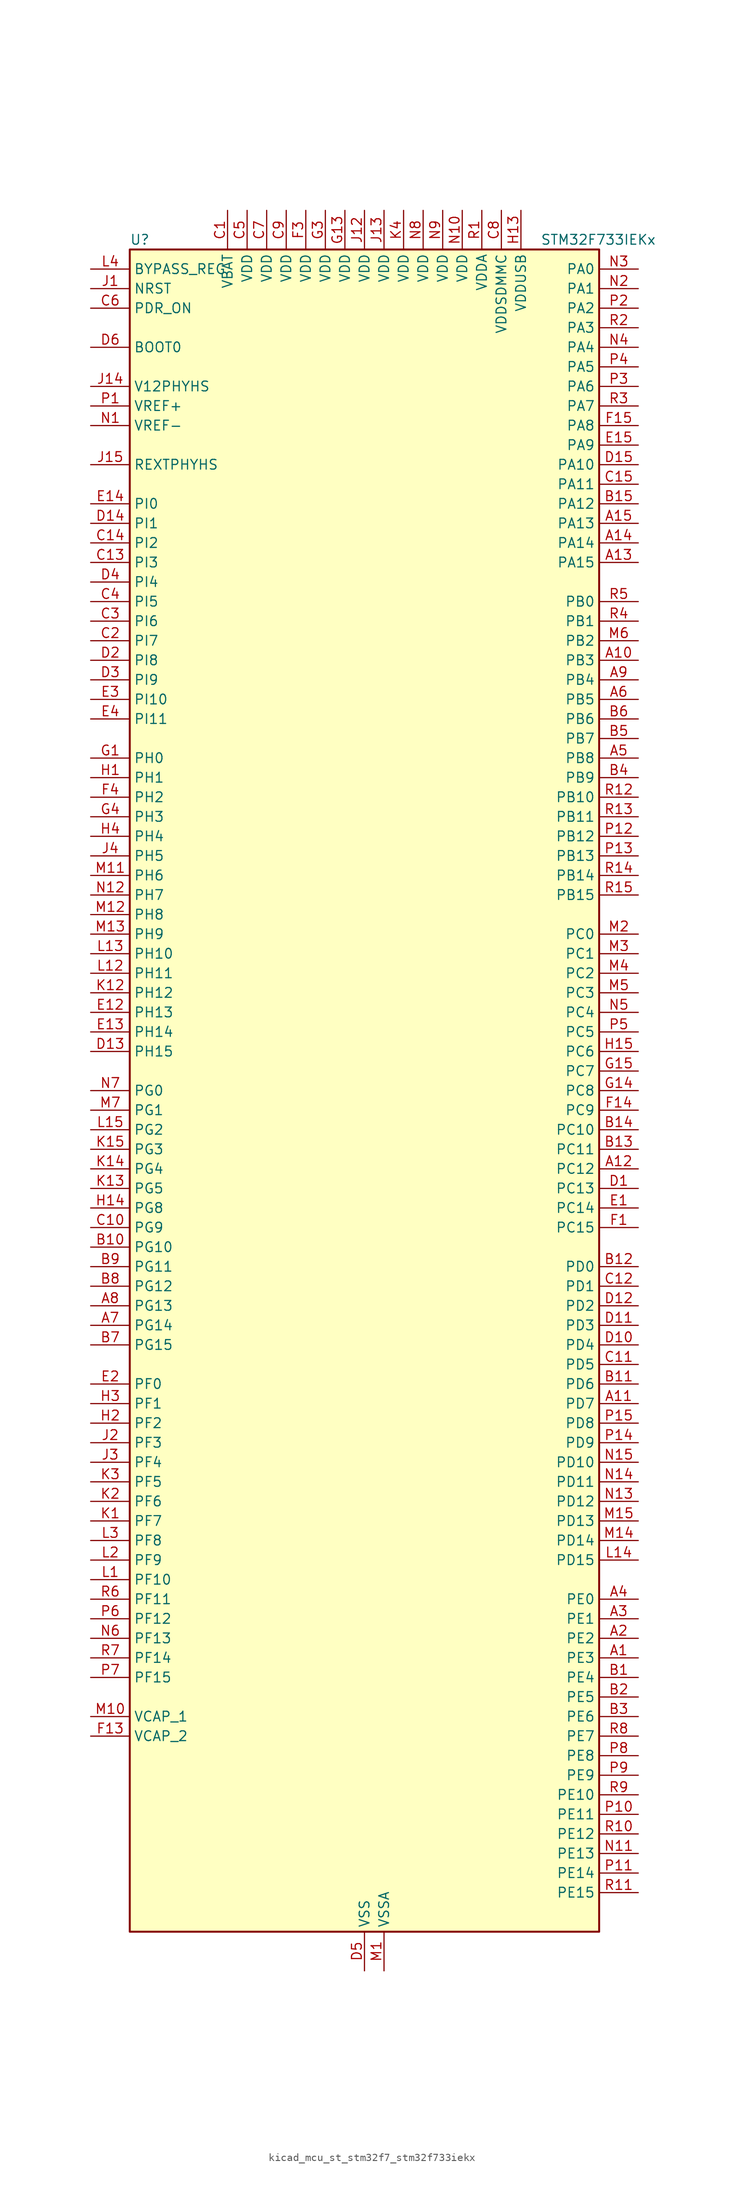
<source format=kicad_sym>
(kicad_symbol_lib
  (version 20220914)
  (generator kicad_symbol_editor)
  (symbol "kicad_mcu_st_stm32f7_stm32f733iekx"
    (property "Reference" "U"
      (at -30.48 110.49 0)
      (effects (font (size 1.27 1.27)) (justify left)))
    (property "Value" "STM32F733IEKx"
      (at 22.86 110.49 0)
      (effects (font (size 1.27 1.27)) (justify left)))
    (property "ki_locked" ""
      (at 0 0 0)
      (effects (font (size 1.27 1.27))))
    (symbol "kicad_mcu_st_stm32f7_stm32f733iekx_0_1"
      (rectangle (start -30.48 -109.22) (end 30.48 109.22) (stroke (width 0.254) (type default)) (fill (type background))))
    (symbol "kicad_mcu_st_stm32f7_stm32f733iekx_1_1"
      (pin bidirectional line (at 35.56 -73.66 180) (length 5.08) (name "PE3" (effects (font (size 1.27 1.27)))) (number "A1" (effects (font (size 1.27 1.27)))) (alternate "FMC_A19" bidirectional line) (alternate "SAI1_SD_B" bidirectional line) (alternate "SYS_TRACED0" bidirectional line))
      (pin bidirectional line (at 35.56 55.88 180) (length 5.08) (name "PB3" (effects (font (size 1.27 1.27)))) (number "A10" (effects (font (size 1.27 1.27)))) (alternate "I2S1_CK" bidirectional line) (alternate "I2S3_CK" bidirectional line) (alternate "SDMMC2_D2" bidirectional line) (alternate "SPI1_SCK" bidirectional line) (alternate "SPI3_SCK" bidirectional line) (alternate "SYS_JTDO-SWO" bidirectional line) (alternate "TIM2_CH2" bidirectional line))
      (pin bidirectional line (at 35.56 -40.64 180) (length 5.08) (name "PD7" (effects (font (size 1.27 1.27)))) (number "A11" (effects (font (size 1.27 1.27)))) (alternate "FMC_NE1" bidirectional line) (alternate "SDMMC2_CMD" bidirectional line) (alternate "USART2_CK" bidirectional line))
      (pin bidirectional line (at 35.56 -10.16 180) (length 5.08) (name "PC12" (effects (font (size 1.27 1.27)))) (number "A12" (effects (font (size 1.27 1.27)))) (alternate "I2S3_SD" bidirectional line) (alternate "SDMMC1_CK" bidirectional line) (alternate "SPI3_MOSI" bidirectional line) (alternate "SYS_TRACED3" bidirectional line) (alternate "UART5_TX" bidirectional line) (alternate "USART3_CK" bidirectional line))
      (pin bidirectional line (at 35.56 68.58 180) (length 5.08) (name "PA15" (effects (font (size 1.27 1.27)))) (number "A13" (effects (font (size 1.27 1.27)))) (alternate "I2S1_WS" bidirectional line) (alternate "I2S3_WS" bidirectional line) (alternate "SPI1_NSS" bidirectional line) (alternate "SPI3_NSS" bidirectional line) (alternate "SYS_JTDI" bidirectional line) (alternate "TIM2_CH1" bidirectional line) (alternate "TIM2_ETR" bidirectional line) (alternate "UART4_DE" bidirectional line) (alternate "UART4_RTS" bidirectional line))
      (pin bidirectional line (at 35.56 71.12 180) (length 5.08) (name "PA14" (effects (font (size 1.27 1.27)))) (number "A14" (effects (font (size 1.27 1.27)))) (alternate "SYS_JTCK-SWCLK" bidirectional line))
      (pin bidirectional line (at 35.56 73.66 180) (length 5.08) (name "PA13" (effects (font (size 1.27 1.27)))) (number "A15" (effects (font (size 1.27 1.27)))) (alternate "SYS_JTMS-SWDIO" bidirectional line))
      (pin bidirectional line (at 35.56 -71.12 180) (length 5.08) (name "PE2" (effects (font (size 1.27 1.27)))) (number "A2" (effects (font (size 1.27 1.27)))) (alternate "FMC_A23" bidirectional line) (alternate "QUADSPI_BK1_IO2" bidirectional line) (alternate "SAI1_MCLK_A" bidirectional line) (alternate "SPI4_SCK" bidirectional line) (alternate "SYS_TRACECLK" bidirectional line))
      (pin bidirectional line (at 35.56 -68.58 180) (length 5.08) (name "PE1" (effects (font (size 1.27 1.27)))) (number "A3" (effects (font (size 1.27 1.27)))) (alternate "FMC_NBL1" bidirectional line) (alternate "LPTIM1_IN2" bidirectional line) (alternate "UART8_TX" bidirectional line))
      (pin bidirectional line (at 35.56 -66.04 180) (length 5.08) (name "PE0" (effects (font (size 1.27 1.27)))) (number "A4" (effects (font (size 1.27 1.27)))) (alternate "FMC_NBL0" bidirectional line) (alternate "LPTIM1_ETR" bidirectional line) (alternate "SAI2_MCLK_A" bidirectional line) (alternate "TIM4_ETR" bidirectional line) (alternate "UART8_RX" bidirectional line))
      (pin bidirectional line (at 35.56 43.18 180) (length 5.08) (name "PB8" (effects (font (size 1.27 1.27)))) (number "A5" (effects (font (size 1.27 1.27)))) (alternate "CAN1_RX" bidirectional line) (alternate "I2C1_SCL" bidirectional line) (alternate "SDMMC1_D4" bidirectional line) (alternate "SDMMC2_D4" bidirectional line) (alternate "TIM10_CH1" bidirectional line) (alternate "TIM4_CH3" bidirectional line))
      (pin bidirectional line (at 35.56 50.8 180) (length 5.08) (name "PB5" (effects (font (size 1.27 1.27)))) (number "A6" (effects (font (size 1.27 1.27)))) (alternate "FMC_SDCKE1" bidirectional line) (alternate "I2C1_SMBA" bidirectional line) (alternate "I2S1_SD" bidirectional line) (alternate "I2S3_SD" bidirectional line) (alternate "SPI1_MOSI" bidirectional line) (alternate "SPI3_MOSI" bidirectional line) (alternate "TIM3_CH2" bidirectional line))
      (pin bidirectional line (at -35.56 -30.48 0) (length 5.08) (name "PG14" (effects (font (size 1.27 1.27)))) (number "A7" (effects (font (size 1.27 1.27)))) (alternate "FMC_A25" bidirectional line) (alternate "LPTIM1_ETR" bidirectional line) (alternate "QUADSPI_BK2_IO3" bidirectional line) (alternate "SYS_TRACED1" bidirectional line) (alternate "USART6_TX" bidirectional line))
      (pin bidirectional line (at -35.56 -27.94 0) (length 5.08) (name "PG13" (effects (font (size 1.27 1.27)))) (number "A8" (effects (font (size 1.27 1.27)))) (alternate "FMC_A24" bidirectional line) (alternate "LPTIM1_OUT" bidirectional line) (alternate "SYS_TRACED0" bidirectional line) (alternate "USART6_CTS" bidirectional line))
      (pin bidirectional line (at 35.56 53.34 180) (length 5.08) (name "PB4" (effects (font (size 1.27 1.27)))) (number "A9" (effects (font (size 1.27 1.27)))) (alternate "I2S2_WS" bidirectional line) (alternate "SDMMC2_D3" bidirectional line) (alternate "SPI1_MISO" bidirectional line) (alternate "SPI2_NSS" bidirectional line) (alternate "SPI3_MISO" bidirectional line) (alternate "SYS_JTRST" bidirectional line) (alternate "TIM3_CH1" bidirectional line))
      (pin bidirectional line (at 35.56 -76.2 180) (length 5.08) (name "PE4" (effects (font (size 1.27 1.27)))) (number "B1" (effects (font (size 1.27 1.27)))) (alternate "FMC_A20" bidirectional line) (alternate "SAI1_FS_A" bidirectional line) (alternate "SPI4_NSS" bidirectional line) (alternate "SYS_TRACED1" bidirectional line))
      (pin bidirectional line (at -35.56 -20.32 0) (length 5.08) (name "PG10" (effects (font (size 1.27 1.27)))) (number "B10" (effects (font (size 1.27 1.27)))) (alternate "FMC_NE3" bidirectional line) (alternate "SAI2_SD_B" bidirectional line) (alternate "SDMMC2_D1" bidirectional line))
      (pin bidirectional line (at 35.56 -38.1 180) (length 5.08) (name "PD6" (effects (font (size 1.27 1.27)))) (number "B11" (effects (font (size 1.27 1.27)))) (alternate "FMC_NWAIT" bidirectional line) (alternate "I2S3_SD" bidirectional line) (alternate "SAI1_SD_A" bidirectional line) (alternate "SDMMC2_CK" bidirectional line) (alternate "SPI3_MOSI" bidirectional line) (alternate "USART2_RX" bidirectional line))
      (pin bidirectional line (at 35.56 -22.86 180) (length 5.08) (name "PD0" (effects (font (size 1.27 1.27)))) (number "B12" (effects (font (size 1.27 1.27)))) (alternate "CAN1_RX" bidirectional line) (alternate "FMC_D2" bidirectional line) (alternate "FMC_DA2" bidirectional line))
      (pin bidirectional line (at 35.56 -7.62 180) (length 5.08) (name "PC11" (effects (font (size 1.27 1.27)))) (number "B13" (effects (font (size 1.27 1.27)))) (alternate "ADC1_EXTI11" bidirectional line) (alternate "ADC2_EXTI11" bidirectional line) (alternate "ADC3_EXTI11" bidirectional line) (alternate "QUADSPI_BK2_NCS" bidirectional line) (alternate "SDMMC1_D3" bidirectional line) (alternate "SPI3_MISO" bidirectional line) (alternate "UART4_RX" bidirectional line) (alternate "USART3_RX" bidirectional line))
      (pin bidirectional line (at 35.56 -5.08 180) (length 5.08) (name "PC10" (effects (font (size 1.27 1.27)))) (number "B14" (effects (font (size 1.27 1.27)))) (alternate "I2S3_CK" bidirectional line) (alternate "QUADSPI_BK1_IO1" bidirectional line) (alternate "SDMMC1_D2" bidirectional line) (alternate "SPI3_SCK" bidirectional line) (alternate "UART4_TX" bidirectional line) (alternate "USART3_TX" bidirectional line))
      (pin bidirectional line (at 35.56 76.2 180) (length 5.08) (name "PA12" (effects (font (size 1.27 1.27)))) (number "B15" (effects (font (size 1.27 1.27)))) (alternate "CAN1_TX" bidirectional line) (alternate "SAI2_FS_B" bidirectional line) (alternate "TIM1_ETR" bidirectional line) (alternate "USART1_DE" bidirectional line) (alternate "USART1_RTS" bidirectional line) (alternate "USB_OTG_FS_DP" bidirectional line))
      (pin bidirectional line (at 35.56 -78.74 180) (length 5.08) (name "PE5" (effects (font (size 1.27 1.27)))) (number "B2" (effects (font (size 1.27 1.27)))) (alternate "FMC_A21" bidirectional line) (alternate "SAI1_SCK_A" bidirectional line) (alternate "SPI4_MISO" bidirectional line) (alternate "SYS_TRACED2" bidirectional line) (alternate "TIM9_CH1" bidirectional line))
      (pin bidirectional line (at 35.56 -81.28 180) (length 5.08) (name "PE6" (effects (font (size 1.27 1.27)))) (number "B3" (effects (font (size 1.27 1.27)))) (alternate "FMC_A22" bidirectional line) (alternate "SAI1_SD_A" bidirectional line) (alternate "SAI2_MCLK_B" bidirectional line) (alternate "SPI4_MOSI" bidirectional line) (alternate "SYS_TRACED3" bidirectional line) (alternate "TIM1_BKIN2" bidirectional line) (alternate "TIM9_CH2" bidirectional line))
      (pin bidirectional line (at 35.56 40.64 180) (length 5.08) (name "PB9" (effects (font (size 1.27 1.27)))) (number "B4" (effects (font (size 1.27 1.27)))) (alternate "CAN1_TX" bidirectional line) (alternate "DAC_EXTI9" bidirectional line) (alternate "I2C1_SDA" bidirectional line) (alternate "I2S2_WS" bidirectional line) (alternate "SDMMC1_D5" bidirectional line) (alternate "SDMMC2_D5" bidirectional line) (alternate "SPI2_NSS" bidirectional line) (alternate "TIM11_CH1" bidirectional line) (alternate "TIM4_CH4" bidirectional line))
      (pin bidirectional line (at 35.56 45.72 180) (length 5.08) (name "PB7" (effects (font (size 1.27 1.27)))) (number "B5" (effects (font (size 1.27 1.27)))) (alternate "FMC_NL" bidirectional line) (alternate "I2C1_SDA" bidirectional line) (alternate "TIM4_CH2" bidirectional line) (alternate "USART1_RX" bidirectional line))
      (pin bidirectional line (at 35.56 48.26 180) (length 5.08) (name "PB6" (effects (font (size 1.27 1.27)))) (number "B6" (effects (font (size 1.27 1.27)))) (alternate "FMC_SDNE1" bidirectional line) (alternate "I2C1_SCL" bidirectional line) (alternate "QUADSPI_BK1_NCS" bidirectional line) (alternate "TIM4_CH1" bidirectional line) (alternate "USART1_TX" bidirectional line))
      (pin bidirectional line (at -35.56 -33.02 0) (length 5.08) (name "PG15" (effects (font (size 1.27 1.27)))) (number "B7" (effects (font (size 1.27 1.27)))) (alternate "FMC_SDNCAS" bidirectional line) (alternate "USART6_CTS" bidirectional line))
      (pin bidirectional line (at -35.56 -25.4 0) (length 5.08) (name "PG12" (effects (font (size 1.27 1.27)))) (number "B8" (effects (font (size 1.27 1.27)))) (alternate "FMC_NE4" bidirectional line) (alternate "LPTIM1_IN1" bidirectional line) (alternate "SDMMC2_D3" bidirectional line) (alternate "USART6_DE" bidirectional line) (alternate "USART6_RTS" bidirectional line))
      (pin bidirectional line (at -35.56 -22.86 0) (length 5.08) (name "PG11" (effects (font (size 1.27 1.27)))) (number "B9" (effects (font (size 1.27 1.27)))) (alternate "ADC1_EXTI11" bidirectional line) (alternate "ADC2_EXTI11" bidirectional line) (alternate "ADC3_EXTI11" bidirectional line) (alternate "FMC_INT" bidirectional line) (alternate "SDMMC2_D2" bidirectional line))
      (pin power_in line (at -17.78 114.3 270) (length 5.08) (name "VBAT" (effects (font (size 1.27 1.27)))) (number "C1" (effects (font (size 1.27 1.27)))))
      (pin bidirectional line (at -35.56 -17.78 0) (length 5.08) (name "PG9" (effects (font (size 1.27 1.27)))) (number "C10" (effects (font (size 1.27 1.27)))) (alternate "DAC_EXTI9" bidirectional line) (alternate "FMC_NCE" bidirectional line) (alternate "FMC_NE2" bidirectional line) (alternate "QUADSPI_BK2_IO2" bidirectional line) (alternate "SAI2_FS_B" bidirectional line) (alternate "SDMMC2_D0" bidirectional line) (alternate "USART6_RX" bidirectional line))
      (pin bidirectional line (at 35.56 -35.56 180) (length 5.08) (name "PD5" (effects (font (size 1.27 1.27)))) (number "C11" (effects (font (size 1.27 1.27)))) (alternate "FMC_NWE" bidirectional line) (alternate "USART2_TX" bidirectional line))
      (pin bidirectional line (at 35.56 -25.4 180) (length 5.08) (name "PD1" (effects (font (size 1.27 1.27)))) (number "C12" (effects (font (size 1.27 1.27)))) (alternate "CAN1_TX" bidirectional line) (alternate "FMC_D3" bidirectional line) (alternate "FMC_DA3" bidirectional line))
      (pin bidirectional line (at -35.56 68.58 0) (length 5.08) (name "PI3" (effects (font (size 1.27 1.27)))) (number "C13" (effects (font (size 1.27 1.27)))) (alternate "FMC_D27" bidirectional line) (alternate "I2S2_SD" bidirectional line) (alternate "SPI2_MOSI" bidirectional line) (alternate "TIM8_ETR" bidirectional line))
      (pin bidirectional line (at -35.56 71.12 0) (length 5.08) (name "PI2" (effects (font (size 1.27 1.27)))) (number "C14" (effects (font (size 1.27 1.27)))) (alternate "FMC_D26" bidirectional line) (alternate "SPI2_MISO" bidirectional line) (alternate "TIM8_CH4" bidirectional line))
      (pin bidirectional line (at 35.56 78.74 180) (length 5.08) (name "PA11" (effects (font (size 1.27 1.27)))) (number "C15" (effects (font (size 1.27 1.27)))) (alternate "ADC1_EXTI11" bidirectional line) (alternate "ADC2_EXTI11" bidirectional line) (alternate "ADC3_EXTI11" bidirectional line) (alternate "CAN1_RX" bidirectional line) (alternate "TIM1_CH4" bidirectional line) (alternate "USART1_CTS" bidirectional line) (alternate "USB_OTG_FS_DM" bidirectional line))
      (pin bidirectional line (at -35.56 58.42 0) (length 5.08) (name "PI7" (effects (font (size 1.27 1.27)))) (number "C2" (effects (font (size 1.27 1.27)))) (alternate "FMC_D29" bidirectional line) (alternate "SAI2_FS_A" bidirectional line) (alternate "TIM8_CH3" bidirectional line))
      (pin bidirectional line (at -35.56 60.96 0) (length 5.08) (name "PI6" (effects (font (size 1.27 1.27)))) (number "C3" (effects (font (size 1.27 1.27)))) (alternate "FMC_D28" bidirectional line) (alternate "SAI2_SD_A" bidirectional line) (alternate "TIM8_CH2" bidirectional line))
      (pin bidirectional line (at -35.56 63.5 0) (length 5.08) (name "PI5" (effects (font (size 1.27 1.27)))) (number "C4" (effects (font (size 1.27 1.27)))) (alternate "FMC_NBL3" bidirectional line) (alternate "SAI2_SCK_A" bidirectional line) (alternate "TIM8_CH1" bidirectional line))
      (pin power_in line (at -15.24 114.3 270) (length 5.08) (name "VDD" (effects (font (size 1.27 1.27)))) (number "C5" (effects (font (size 1.27 1.27)))))
      (pin input line (at -35.56 101.6 0) (length 5.08) (name "PDR_ON" (effects (font (size 1.27 1.27)))) (number "C6" (effects (font (size 1.27 1.27)))))
      (pin power_in line (at -12.7 114.3 270) (length 5.08) (name "VDD" (effects (font (size 1.27 1.27)))) (number "C7" (effects (font (size 1.27 1.27)))))
      (pin power_in line (at 17.78 114.3 270) (length 5.08) (name "VDDSDMMC" (effects (font (size 1.27 1.27)))) (number "C8" (effects (font (size 1.27 1.27)))))
      (pin power_in line (at -10.16 114.3 270) (length 5.08) (name "VDD" (effects (font (size 1.27 1.27)))) (number "C9" (effects (font (size 1.27 1.27)))))
      (pin bidirectional line (at 35.56 -12.7 180) (length 5.08) (name "PC13" (effects (font (size 1.27 1.27)))) (number "D1" (effects (font (size 1.27 1.27)))) (alternate "RTC_OUT" bidirectional line) (alternate "RTC_TAMP1" bidirectional line) (alternate "RTC_TS" bidirectional line) (alternate "SYS_WKUP4" bidirectional line))
      (pin bidirectional line (at 35.56 -33.02 180) (length 5.08) (name "PD4" (effects (font (size 1.27 1.27)))) (number "D10" (effects (font (size 1.27 1.27)))) (alternate "FMC_NOE" bidirectional line) (alternate "USART2_DE" bidirectional line) (alternate "USART2_RTS" bidirectional line))
      (pin bidirectional line (at 35.56 -30.48 180) (length 5.08) (name "PD3" (effects (font (size 1.27 1.27)))) (number "D11" (effects (font (size 1.27 1.27)))) (alternate "FMC_CLK" bidirectional line) (alternate "I2S2_CK" bidirectional line) (alternate "SPI2_SCK" bidirectional line) (alternate "USART2_CTS" bidirectional line))
      (pin bidirectional line (at 35.56 -27.94 180) (length 5.08) (name "PD2" (effects (font (size 1.27 1.27)))) (number "D12" (effects (font (size 1.27 1.27)))) (alternate "SDMMC1_CMD" bidirectional line) (alternate "SYS_TRACED2" bidirectional line) (alternate "TIM3_ETR" bidirectional line) (alternate "UART5_RX" bidirectional line))
      (pin bidirectional line (at -35.56 5.08 0) (length 5.08) (name "PH15" (effects (font (size 1.27 1.27)))) (number "D13" (effects (font (size 1.27 1.27)))) (alternate "FMC_D23" bidirectional line) (alternate "TIM8_CH3N" bidirectional line))
      (pin bidirectional line (at -35.56 73.66 0) (length 5.08) (name "PI1" (effects (font (size 1.27 1.27)))) (number "D14" (effects (font (size 1.27 1.27)))) (alternate "FMC_D25" bidirectional line) (alternate "I2S2_CK" bidirectional line) (alternate "SPI2_SCK" bidirectional line) (alternate "TIM8_BKIN2" bidirectional line))
      (pin bidirectional line (at 35.56 81.28 180) (length 5.08) (name "PA10" (effects (font (size 1.27 1.27)))) (number "D15" (effects (font (size 1.27 1.27)))) (alternate "TIM1_CH3" bidirectional line) (alternate "USART1_RX" bidirectional line) (alternate "USB_OTG_FS_ID" bidirectional line))
      (pin bidirectional line (at -35.56 55.88 0) (length 5.08) (name "PI8" (effects (font (size 1.27 1.27)))) (number "D2" (effects (font (size 1.27 1.27)))) (alternate "RTC_TAMP2" bidirectional line) (alternate "RTC_TS" bidirectional line) (alternate "SYS_WKUP5" bidirectional line))
      (pin bidirectional line (at -35.56 53.34 0) (length 5.08) (name "PI9" (effects (font (size 1.27 1.27)))) (number "D3" (effects (font (size 1.27 1.27)))) (alternate "CAN1_RX" bidirectional line) (alternate "DAC_EXTI9" bidirectional line) (alternate "FMC_D30" bidirectional line) (alternate "UART4_RX" bidirectional line))
      (pin bidirectional line (at -35.56 66.04 0) (length 5.08) (name "PI4" (effects (font (size 1.27 1.27)))) (number "D4" (effects (font (size 1.27 1.27)))) (alternate "FMC_NBL2" bidirectional line) (alternate "SAI2_MCLK_A" bidirectional line) (alternate "TIM8_BKIN" bidirectional line))
      (pin power_in line (at 0 -114.3 90) (length 5.08) (name "VSS" (effects (font (size 1.27 1.27)))) (number "D5" (effects (font (size 1.27 1.27)))))
      (pin input line (at -35.56 96.52 0) (length 5.08) (name "BOOT0" (effects (font (size 1.27 1.27)))) (number "D6" (effects (font (size 1.27 1.27)))))
      (pin passive line (at 0 -114.3 90) (length 5.08) hide (name "VSS" (effects (font (size 1.27 1.27)))) (number "D7" (effects (font (size 1.27 1.27)))))
      (pin passive line (at 0 -114.3 90) (length 5.08) hide (name "VSS" (effects (font (size 1.27 1.27)))) (number "D8" (effects (font (size 1.27 1.27)))))
      (pin passive line (at 0 -114.3 90) (length 5.08) hide (name "VSS" (effects (font (size 1.27 1.27)))) (number "D9" (effects (font (size 1.27 1.27)))))
      (pin bidirectional line (at 35.56 -15.24 180) (length 5.08) (name "PC14" (effects (font (size 1.27 1.27)))) (number "E1" (effects (font (size 1.27 1.27)))) (alternate "RCC_OSC32_IN" bidirectional line))
      (pin bidirectional line (at -35.56 10.16 0) (length 5.08) (name "PH13" (effects (font (size 1.27 1.27)))) (number "E12" (effects (font (size 1.27 1.27)))) (alternate "CAN1_TX" bidirectional line) (alternate "FMC_D21" bidirectional line) (alternate "TIM8_CH1N" bidirectional line) (alternate "UART4_TX" bidirectional line))
      (pin bidirectional line (at -35.56 7.62 0) (length 5.08) (name "PH14" (effects (font (size 1.27 1.27)))) (number "E13" (effects (font (size 1.27 1.27)))) (alternate "CAN1_RX" bidirectional line) (alternate "FMC_D22" bidirectional line) (alternate "TIM8_CH2N" bidirectional line) (alternate "UART4_RX" bidirectional line))
      (pin bidirectional line (at -35.56 76.2 0) (length 5.08) (name "PI0" (effects (font (size 1.27 1.27)))) (number "E14" (effects (font (size 1.27 1.27)))) (alternate "FMC_D24" bidirectional line) (alternate "I2S2_WS" bidirectional line) (alternate "SPI2_NSS" bidirectional line) (alternate "TIM5_CH4" bidirectional line))
      (pin bidirectional line (at 35.56 83.82 180) (length 5.08) (name "PA9" (effects (font (size 1.27 1.27)))) (number "E15" (effects (font (size 1.27 1.27)))) (alternate "DAC_EXTI9" bidirectional line) (alternate "I2C3_SMBA" bidirectional line) (alternate "I2S2_CK" bidirectional line) (alternate "SPI2_SCK" bidirectional line) (alternate "TIM1_CH2" bidirectional line) (alternate "USART1_TX" bidirectional line) (alternate "USB_OTG_FS_VBUS" bidirectional line))
      (pin bidirectional line (at -35.56 -38.1 0) (length 5.08) (name "PF0" (effects (font (size 1.27 1.27)))) (number "E2" (effects (font (size 1.27 1.27)))) (alternate "FMC_A0" bidirectional line) (alternate "I2C2_SDA" bidirectional line))
      (pin bidirectional line (at -35.56 50.8 0) (length 5.08) (name "PI10" (effects (font (size 1.27 1.27)))) (number "E3" (effects (font (size 1.27 1.27)))) (alternate "FMC_D31" bidirectional line))
      (pin bidirectional line (at -35.56 48.26 0) (length 5.08) (name "PI11" (effects (font (size 1.27 1.27)))) (number "E4" (effects (font (size 1.27 1.27)))) (alternate "ADC1_EXTI11" bidirectional line) (alternate "ADC2_EXTI11" bidirectional line) (alternate "ADC3_EXTI11" bidirectional line) (alternate "SYS_WKUP6" bidirectional line))
      (pin bidirectional line (at 35.56 -17.78 180) (length 5.08) (name "PC15" (effects (font (size 1.27 1.27)))) (number "F1" (effects (font (size 1.27 1.27)))) (alternate "RCC_OSC32_OUT" bidirectional line))
      (pin passive line (at 0 -114.3 90) (length 5.08) hide (name "VSS" (effects (font (size 1.27 1.27)))) (number "F10" (effects (font (size 1.27 1.27)))))
      (pin passive line (at 0 -114.3 90) (length 5.08) hide (name "VSS" (effects (font (size 1.27 1.27)))) (number "F12" (effects (font (size 1.27 1.27)))))
      (pin power_out line (at -35.56 -83.82 0) (length 5.08) (name "VCAP_2" (effects (font (size 1.27 1.27)))) (number "F13" (effects (font (size 1.27 1.27)))))
      (pin bidirectional line (at 35.56 -2.54 180) (length 5.08) (name "PC9" (effects (font (size 1.27 1.27)))) (number "F14" (effects (font (size 1.27 1.27)))) (alternate "DAC_EXTI9" bidirectional line) (alternate "I2C3_SDA" bidirectional line) (alternate "I2S_CKIN" bidirectional line) (alternate "QUADSPI_BK1_IO0" bidirectional line) (alternate "RCC_MCO_2" bidirectional line) (alternate "SDMMC1_D1" bidirectional line) (alternate "TIM3_CH4" bidirectional line) (alternate "TIM8_CH4" bidirectional line) (alternate "UART5_CTS" bidirectional line))
      (pin bidirectional line (at 35.56 86.36 180) (length 5.08) (name "PA8" (effects (font (size 1.27 1.27)))) (number "F15" (effects (font (size 1.27 1.27)))) (alternate "I2C3_SCL" bidirectional line) (alternate "RCC_MCO_1" bidirectional line) (alternate "TIM1_CH1" bidirectional line) (alternate "TIM8_BKIN2" bidirectional line) (alternate "USART1_CK" bidirectional line) (alternate "USB_OTG_FS_SOF" bidirectional line))
      (pin passive line (at 0 -114.3 90) (length 5.08) hide (name "VSS" (effects (font (size 1.27 1.27)))) (number "F2" (effects (font (size 1.27 1.27)))))
      (pin power_in line (at -7.62 114.3 270) (length 5.08) (name "VDD" (effects (font (size 1.27 1.27)))) (number "F3" (effects (font (size 1.27 1.27)))))
      (pin bidirectional line (at -35.56 38.1 0) (length 5.08) (name "PH2" (effects (font (size 1.27 1.27)))) (number "F4" (effects (font (size 1.27 1.27)))) (alternate "FMC_SDCKE0" bidirectional line) (alternate "LPTIM1_IN2" bidirectional line) (alternate "QUADSPI_BK2_IO0" bidirectional line) (alternate "SAI2_SCK_B" bidirectional line))
      (pin passive line (at 0 -114.3 90) (length 5.08) hide (name "VSS" (effects (font (size 1.27 1.27)))) (number "F6" (effects (font (size 1.27 1.27)))))
      (pin passive line (at 0 -114.3 90) (length 5.08) hide (name "VSS" (effects (font (size 1.27 1.27)))) (number "F7" (effects (font (size 1.27 1.27)))))
      (pin passive line (at 0 -114.3 90) (length 5.08) hide (name "VSS" (effects (font (size 1.27 1.27)))) (number "F8" (effects (font (size 1.27 1.27)))))
      (pin passive line (at 0 -114.3 90) (length 5.08) hide (name "VSS" (effects (font (size 1.27 1.27)))) (number "F9" (effects (font (size 1.27 1.27)))))
      (pin bidirectional line (at -35.56 43.18 0) (length 5.08) (name "PH0" (effects (font (size 1.27 1.27)))) (number "G1" (effects (font (size 1.27 1.27)))) (alternate "RCC_OSC_IN" bidirectional line))
      (pin passive line (at 0 -114.3 90) (length 5.08) hide (name "VSS" (effects (font (size 1.27 1.27)))) (number "G10" (effects (font (size 1.27 1.27)))))
      (pin passive line (at 0 -114.3 90) (length 5.08) hide (name "VSS" (effects (font (size 1.27 1.27)))) (number "G12" (effects (font (size 1.27 1.27)))))
      (pin power_in line (at -2.54 114.3 270) (length 5.08) (name "VDD" (effects (font (size 1.27 1.27)))) (number "G13" (effects (font (size 1.27 1.27)))))
      (pin bidirectional line (at 35.56 0 180) (length 5.08) (name "PC8" (effects (font (size 1.27 1.27)))) (number "G14" (effects (font (size 1.27 1.27)))) (alternate "SDMMC1_D0" bidirectional line) (alternate "SYS_TRACED1" bidirectional line) (alternate "TIM3_CH3" bidirectional line) (alternate "TIM8_CH3" bidirectional line) (alternate "UART5_DE" bidirectional line) (alternate "UART5_RTS" bidirectional line) (alternate "USART6_CK" bidirectional line))
      (pin bidirectional line (at 35.56 2.54 180) (length 5.08) (name "PC7" (effects (font (size 1.27 1.27)))) (number "G15" (effects (font (size 1.27 1.27)))) (alternate "I2S3_MCK" bidirectional line) (alternate "SDMMC1_D7" bidirectional line) (alternate "SDMMC2_D7" bidirectional line) (alternate "TIM3_CH2" bidirectional line) (alternate "TIM8_CH2" bidirectional line) (alternate "USART6_RX" bidirectional line))
      (pin passive line (at 0 -114.3 90) (length 5.08) hide (name "VSS" (effects (font (size 1.27 1.27)))) (number "G2" (effects (font (size 1.27 1.27)))))
      (pin power_in line (at -5.08 114.3 270) (length 5.08) (name "VDD" (effects (font (size 1.27 1.27)))) (number "G3" (effects (font (size 1.27 1.27)))))
      (pin bidirectional line (at -35.56 35.56 0) (length 5.08) (name "PH3" (effects (font (size 1.27 1.27)))) (number "G4" (effects (font (size 1.27 1.27)))) (alternate "FMC_SDNE0" bidirectional line) (alternate "QUADSPI_BK2_IO1" bidirectional line) (alternate "SAI2_MCLK_B" bidirectional line))
      (pin passive line (at 0 -114.3 90) (length 5.08) hide (name "VSS" (effects (font (size 1.27 1.27)))) (number "G6" (effects (font (size 1.27 1.27)))))
      (pin passive line (at 0 -114.3 90) (length 5.08) hide (name "VSS" (effects (font (size 1.27 1.27)))) (number "G7" (effects (font (size 1.27 1.27)))))
      (pin passive line (at 0 -114.3 90) (length 5.08) hide (name "VSS" (effects (font (size 1.27 1.27)))) (number "G8" (effects (font (size 1.27 1.27)))))
      (pin passive line (at 0 -114.3 90) (length 5.08) hide (name "VSS" (effects (font (size 1.27 1.27)))) (number "G9" (effects (font (size 1.27 1.27)))))
      (pin bidirectional line (at -35.56 40.64 0) (length 5.08) (name "PH1" (effects (font (size 1.27 1.27)))) (number "H1" (effects (font (size 1.27 1.27)))) (alternate "RCC_OSC_OUT" bidirectional line))
      (pin passive line (at 0 -114.3 90) (length 5.08) hide (name "VSS" (effects (font (size 1.27 1.27)))) (number "H10" (effects (font (size 1.27 1.27)))))
      (pin passive line (at 0 -114.3 90) (length 5.08) hide (name "VSS" (effects (font (size 1.27 1.27)))) (number "H12" (effects (font (size 1.27 1.27)))))
      (pin power_in line (at 20.32 114.3 270) (length 5.08) (name "VDDUSB" (effects (font (size 1.27 1.27)))) (number "H13" (effects (font (size 1.27 1.27)))))
      (pin bidirectional line (at -35.56 -15.24 0) (length 5.08) (name "PG8" (effects (font (size 1.27 1.27)))) (number "H14" (effects (font (size 1.27 1.27)))) (alternate "FMC_SDCLK" bidirectional line) (alternate "USART6_DE" bidirectional line) (alternate "USART6_RTS" bidirectional line))
      (pin bidirectional line (at 35.56 5.08 180) (length 5.08) (name "PC6" (effects (font (size 1.27 1.27)))) (number "H15" (effects (font (size 1.27 1.27)))) (alternate "I2S2_MCK" bidirectional line) (alternate "SDMMC1_D6" bidirectional line) (alternate "SDMMC2_D6" bidirectional line) (alternate "TIM3_CH1" bidirectional line) (alternate "TIM8_CH1" bidirectional line) (alternate "USART6_TX" bidirectional line))
      (pin bidirectional line (at -35.56 -43.18 0) (length 5.08) (name "PF2" (effects (font (size 1.27 1.27)))) (number "H2" (effects (font (size 1.27 1.27)))) (alternate "FMC_A2" bidirectional line) (alternate "I2C2_SMBA" bidirectional line))
      (pin bidirectional line (at -35.56 -40.64 0) (length 5.08) (name "PF1" (effects (font (size 1.27 1.27)))) (number "H3" (effects (font (size 1.27 1.27)))) (alternate "FMC_A1" bidirectional line) (alternate "I2C2_SCL" bidirectional line))
      (pin bidirectional line (at -35.56 33.02 0) (length 5.08) (name "PH4" (effects (font (size 1.27 1.27)))) (number "H4" (effects (font (size 1.27 1.27)))) (alternate "I2C2_SCL" bidirectional line))
      (pin passive line (at 0 -114.3 90) (length 5.08) hide (name "VSS" (effects (font (size 1.27 1.27)))) (number "H6" (effects (font (size 1.27 1.27)))))
      (pin passive line (at 0 -114.3 90) (length 5.08) hide (name "VSS" (effects (font (size 1.27 1.27)))) (number "H7" (effects (font (size 1.27 1.27)))))
      (pin passive line (at 0 -114.3 90) (length 5.08) hide (name "VSS" (effects (font (size 1.27 1.27)))) (number "H8" (effects (font (size 1.27 1.27)))))
      (pin passive line (at 0 -114.3 90) (length 5.08) hide (name "VSS" (effects (font (size 1.27 1.27)))) (number "H9" (effects (font (size 1.27 1.27)))))
      (pin input line (at -35.56 104.14 0) (length 5.08) (name "NRST" (effects (font (size 1.27 1.27)))) (number "J1" (effects (font (size 1.27 1.27)))))
      (pin passive line (at 0 -114.3 90) (length 5.08) hide (name "VSS" (effects (font (size 1.27 1.27)))) (number "J10" (effects (font (size 1.27 1.27)))))
      (pin power_in line (at 0 114.3 270) (length 5.08) (name "VDD" (effects (font (size 1.27 1.27)))) (number "J12" (effects (font (size 1.27 1.27)))))
      (pin power_in line (at 2.54 114.3 270) (length 5.08) (name "VDD" (effects (font (size 1.27 1.27)))) (number "J13" (effects (font (size 1.27 1.27)))))
      (pin power_in line (at -35.56 91.44 0) (length 5.08) (name "V12PHYHS" (effects (font (size 1.27 1.27)))) (number "J14" (effects (font (size 1.27 1.27)))))
      (pin bidirectional line (at -35.56 81.28 0) (length 5.08) (name "REXTPHYHS" (effects (font (size 1.27 1.27)))) (number "J15" (effects (font (size 1.27 1.27)))) (alternate "USB_OTG_HS_REXTPHYHS" bidirectional line))
      (pin bidirectional line (at -35.56 -45.72 0) (length 5.08) (name "PF3" (effects (font (size 1.27 1.27)))) (number "J2" (effects (font (size 1.27 1.27)))) (alternate "ADC3_IN9" bidirectional line) (alternate "FMC_A3" bidirectional line))
      (pin bidirectional line (at -35.56 -48.26 0) (length 5.08) (name "PF4" (effects (font (size 1.27 1.27)))) (number "J3" (effects (font (size 1.27 1.27)))) (alternate "ADC3_IN14" bidirectional line) (alternate "FMC_A4" bidirectional line))
      (pin bidirectional line (at -35.56 30.48 0) (length 5.08) (name "PH5" (effects (font (size 1.27 1.27)))) (number "J4" (effects (font (size 1.27 1.27)))) (alternate "FMC_SDNWE" bidirectional line) (alternate "I2C2_SDA" bidirectional line) (alternate "SPI5_NSS" bidirectional line))
      (pin passive line (at 0 -114.3 90) (length 5.08) hide (name "VSS" (effects (font (size 1.27 1.27)))) (number "J6" (effects (font (size 1.27 1.27)))))
      (pin passive line (at 0 -114.3 90) (length 5.08) hide (name "VSS" (effects (font (size 1.27 1.27)))) (number "J7" (effects (font (size 1.27 1.27)))))
      (pin passive line (at 0 -114.3 90) (length 5.08) hide (name "VSS" (effects (font (size 1.27 1.27)))) (number "J8" (effects (font (size 1.27 1.27)))))
      (pin passive line (at 0 -114.3 90) (length 5.08) hide (name "VSS" (effects (font (size 1.27 1.27)))) (number "J9" (effects (font (size 1.27 1.27)))))
      (pin bidirectional line (at -35.56 -55.88 0) (length 5.08) (name "PF7" (effects (font (size 1.27 1.27)))) (number "K1" (effects (font (size 1.27 1.27)))) (alternate "ADC3_IN5" bidirectional line) (alternate "QUADSPI_BK1_IO2" bidirectional line) (alternate "SAI1_MCLK_B" bidirectional line) (alternate "SPI5_SCK" bidirectional line) (alternate "TIM11_CH1" bidirectional line) (alternate "UART7_TX" bidirectional line))
      (pin passive line (at 0 -114.3 90) (length 5.08) hide (name "VSS" (effects (font (size 1.27 1.27)))) (number "K10" (effects (font (size 1.27 1.27)))))
      (pin bidirectional line (at -35.56 12.7 0) (length 5.08) (name "PH12" (effects (font (size 1.27 1.27)))) (number "K12" (effects (font (size 1.27 1.27)))) (alternate "FMC_D20" bidirectional line) (alternate "TIM5_CH3" bidirectional line))
      (pin bidirectional line (at -35.56 -12.7 0) (length 5.08) (name "PG5" (effects (font (size 1.27 1.27)))) (number "K13" (effects (font (size 1.27 1.27)))) (alternate "FMC_A15" bidirectional line) (alternate "FMC_BA1" bidirectional line))
      (pin bidirectional line (at -35.56 -10.16 0) (length 5.08) (name "PG4" (effects (font (size 1.27 1.27)))) (number "K14" (effects (font (size 1.27 1.27)))) (alternate "FMC_A14" bidirectional line) (alternate "FMC_BA0" bidirectional line))
      (pin bidirectional line (at -35.56 -7.62 0) (length 5.08) (name "PG3" (effects (font (size 1.27 1.27)))) (number "K15" (effects (font (size 1.27 1.27)))) (alternate "FMC_A13" bidirectional line))
      (pin bidirectional line (at -35.56 -53.34 0) (length 5.08) (name "PF6" (effects (font (size 1.27 1.27)))) (number "K2" (effects (font (size 1.27 1.27)))) (alternate "ADC3_IN4" bidirectional line) (alternate "QUADSPI_BK1_IO3" bidirectional line) (alternate "SAI1_SD_B" bidirectional line) (alternate "SPI5_NSS" bidirectional line) (alternate "TIM10_CH1" bidirectional line) (alternate "UART7_RX" bidirectional line))
      (pin bidirectional line (at -35.56 -50.8 0) (length 5.08) (name "PF5" (effects (font (size 1.27 1.27)))) (number "K3" (effects (font (size 1.27 1.27)))) (alternate "ADC3_IN15" bidirectional line) (alternate "FMC_A5" bidirectional line))
      (pin power_in line (at 5.08 114.3 270) (length 5.08) (name "VDD" (effects (font (size 1.27 1.27)))) (number "K4" (effects (font (size 1.27 1.27)))))
      (pin passive line (at 0 -114.3 90) (length 5.08) hide (name "VSS" (effects (font (size 1.27 1.27)))) (number "K6" (effects (font (size 1.27 1.27)))))
      (pin passive line (at 0 -114.3 90) (length 5.08) hide (name "VSS" (effects (font (size 1.27 1.27)))) (number "K7" (effects (font (size 1.27 1.27)))))
      (pin passive line (at 0 -114.3 90) (length 5.08) hide (name "VSS" (effects (font (size 1.27 1.27)))) (number "K8" (effects (font (size 1.27 1.27)))))
      (pin passive line (at 0 -114.3 90) (length 5.08) hide (name "VSS" (effects (font (size 1.27 1.27)))) (number "K9" (effects (font (size 1.27 1.27)))))
      (pin bidirectional line (at -35.56 -63.5 0) (length 5.08) (name "PF10" (effects (font (size 1.27 1.27)))) (number "L1" (effects (font (size 1.27 1.27)))) (alternate "ADC3_IN8" bidirectional line))
      (pin bidirectional line (at -35.56 15.24 0) (length 5.08) (name "PH11" (effects (font (size 1.27 1.27)))) (number "L12" (effects (font (size 1.27 1.27)))) (alternate "ADC1_EXTI11" bidirectional line) (alternate "ADC2_EXTI11" bidirectional line) (alternate "ADC3_EXTI11" bidirectional line) (alternate "FMC_D19" bidirectional line) (alternate "TIM5_CH2" bidirectional line))
      (pin bidirectional line (at -35.56 17.78 0) (length 5.08) (name "PH10" (effects (font (size 1.27 1.27)))) (number "L13" (effects (font (size 1.27 1.27)))) (alternate "FMC_D18" bidirectional line) (alternate "TIM5_CH1" bidirectional line))
      (pin bidirectional line (at 35.56 -60.96 180) (length 5.08) (name "PD15" (effects (font (size 1.27 1.27)))) (number "L14" (effects (font (size 1.27 1.27)))) (alternate "FMC_D1" bidirectional line) (alternate "FMC_DA1" bidirectional line) (alternate "TIM4_CH4" bidirectional line) (alternate "UART8_DE" bidirectional line) (alternate "UART8_RTS" bidirectional line))
      (pin bidirectional line (at -35.56 -5.08 0) (length 5.08) (name "PG2" (effects (font (size 1.27 1.27)))) (number "L15" (effects (font (size 1.27 1.27)))) (alternate "FMC_A12" bidirectional line))
      (pin bidirectional line (at -35.56 -60.96 0) (length 5.08) (name "PF9" (effects (font (size 1.27 1.27)))) (number "L2" (effects (font (size 1.27 1.27)))) (alternate "ADC3_IN7" bidirectional line) (alternate "DAC_EXTI9" bidirectional line) (alternate "QUADSPI_BK1_IO1" bidirectional line) (alternate "SAI1_FS_B" bidirectional line) (alternate "SPI5_MOSI" bidirectional line) (alternate "TIM14_CH1" bidirectional line) (alternate "UART7_CTS" bidirectional line))
      (pin bidirectional line (at -35.56 -58.42 0) (length 5.08) (name "PF8" (effects (font (size 1.27 1.27)))) (number "L3" (effects (font (size 1.27 1.27)))) (alternate "ADC3_IN6" bidirectional line) (alternate "QUADSPI_BK1_IO0" bidirectional line) (alternate "SAI1_SCK_B" bidirectional line) (alternate "SPI5_MISO" bidirectional line) (alternate "TIM13_CH1" bidirectional line) (alternate "UART7_DE" bidirectional line) (alternate "UART7_RTS" bidirectional line))
      (pin input line (at -35.56 106.68 0) (length 5.08) (name "BYPASS_REG" (effects (font (size 1.27 1.27)))) (number "L4" (effects (font (size 1.27 1.27)))))
      (pin power_in line (at 2.54 -114.3 90) (length 5.08) (name "VSSA" (effects (font (size 1.27 1.27)))) (number "M1" (effects (font (size 1.27 1.27)))))
      (pin power_out line (at -35.56 -81.28 0) (length 5.08) (name "VCAP_1" (effects (font (size 1.27 1.27)))) (number "M10" (effects (font (size 1.27 1.27)))))
      (pin bidirectional line (at -35.56 27.94 0) (length 5.08) (name "PH6" (effects (font (size 1.27 1.27)))) (number "M11" (effects (font (size 1.27 1.27)))) (alternate "FMC_SDNE1" bidirectional line) (alternate "I2C2_SMBA" bidirectional line) (alternate "SPI5_SCK" bidirectional line) (alternate "TIM12_CH1" bidirectional line))
      (pin bidirectional line (at -35.56 22.86 0) (length 5.08) (name "PH8" (effects (font (size 1.27 1.27)))) (number "M12" (effects (font (size 1.27 1.27)))) (alternate "FMC_D16" bidirectional line) (alternate "I2C3_SDA" bidirectional line))
      (pin bidirectional line (at -35.56 20.32 0) (length 5.08) (name "PH9" (effects (font (size 1.27 1.27)))) (number "M13" (effects (font (size 1.27 1.27)))) (alternate "DAC_EXTI9" bidirectional line) (alternate "FMC_D17" bidirectional line) (alternate "I2C3_SMBA" bidirectional line) (alternate "TIM12_CH2" bidirectional line))
      (pin bidirectional line (at 35.56 -58.42 180) (length 5.08) (name "PD14" (effects (font (size 1.27 1.27)))) (number "M14" (effects (font (size 1.27 1.27)))) (alternate "FMC_D0" bidirectional line) (alternate "FMC_DA0" bidirectional line) (alternate "TIM4_CH3" bidirectional line) (alternate "UART8_CTS" bidirectional line))
      (pin bidirectional line (at 35.56 -55.88 180) (length 5.08) (name "PD13" (effects (font (size 1.27 1.27)))) (number "M15" (effects (font (size 1.27 1.27)))) (alternate "FMC_A18" bidirectional line) (alternate "LPTIM1_OUT" bidirectional line) (alternate "QUADSPI_BK1_IO3" bidirectional line) (alternate "SAI2_SCK_A" bidirectional line) (alternate "TIM4_CH2" bidirectional line))
      (pin bidirectional line (at 35.56 20.32 180) (length 5.08) (name "PC0" (effects (font (size 1.27 1.27)))) (number "M2" (effects (font (size 1.27 1.27)))) (alternate "ADC1_IN10" bidirectional line) (alternate "ADC2_IN10" bidirectional line) (alternate "ADC3_IN10" bidirectional line) (alternate "FMC_SDNWE" bidirectional line) (alternate "SAI2_FS_B" bidirectional line))
      (pin bidirectional line (at 35.56 17.78 180) (length 5.08) (name "PC1" (effects (font (size 1.27 1.27)))) (number "M3" (effects (font (size 1.27 1.27)))) (alternate "ADC1_IN11" bidirectional line) (alternate "ADC2_IN11" bidirectional line) (alternate "ADC3_IN11" bidirectional line) (alternate "I2S2_SD" bidirectional line) (alternate "RTC_TAMP3" bidirectional line) (alternate "RTC_TS" bidirectional line) (alternate "SAI1_SD_A" bidirectional line) (alternate "SPI2_MOSI" bidirectional line) (alternate "SYS_TRACED0" bidirectional line) (alternate "SYS_WKUP3" bidirectional line))
      (pin bidirectional line (at 35.56 15.24 180) (length 5.08) (name "PC2" (effects (font (size 1.27 1.27)))) (number "M4" (effects (font (size 1.27 1.27)))) (alternate "ADC1_IN12" bidirectional line) (alternate "ADC2_IN12" bidirectional line) (alternate "ADC3_IN12" bidirectional line) (alternate "FMC_SDNE0" bidirectional line) (alternate "SPI2_MISO" bidirectional line))
      (pin bidirectional line (at 35.56 12.7 180) (length 5.08) (name "PC3" (effects (font (size 1.27 1.27)))) (number "M5" (effects (font (size 1.27 1.27)))) (alternate "ADC1_IN13" bidirectional line) (alternate "ADC2_IN13" bidirectional line) (alternate "ADC3_IN13" bidirectional line) (alternate "FMC_SDCKE0" bidirectional line) (alternate "I2S2_SD" bidirectional line) (alternate "SPI2_MOSI" bidirectional line))
      (pin bidirectional line (at 35.56 58.42 180) (length 5.08) (name "PB2" (effects (font (size 1.27 1.27)))) (number "M6" (effects (font (size 1.27 1.27)))) (alternate "I2S3_SD" bidirectional line) (alternate "QUADSPI_CLK" bidirectional line) (alternate "SAI1_SD_A" bidirectional line) (alternate "SPI3_MOSI" bidirectional line))
      (pin bidirectional line (at -35.56 -2.54 0) (length 5.08) (name "PG1" (effects (font (size 1.27 1.27)))) (number "M7" (effects (font (size 1.27 1.27)))) (alternate "FMC_A11" bidirectional line))
      (pin passive line (at 0 -114.3 90) (length 5.08) hide (name "VSS" (effects (font (size 1.27 1.27)))) (number "M8" (effects (font (size 1.27 1.27)))))
      (pin passive line (at 0 -114.3 90) (length 5.08) hide (name "VSS" (effects (font (size 1.27 1.27)))) (number "M9" (effects (font (size 1.27 1.27)))))
      (pin input line (at -35.56 86.36 0) (length 5.08) (name "VREF-" (effects (font (size 1.27 1.27)))) (number "N1" (effects (font (size 1.27 1.27)))))
      (pin power_in line (at 12.7 114.3 270) (length 5.08) (name "VDD" (effects (font (size 1.27 1.27)))) (number "N10" (effects (font (size 1.27 1.27)))))
      (pin bidirectional line (at 35.56 -99.06 180) (length 5.08) (name "PE13" (effects (font (size 1.27 1.27)))) (number "N11" (effects (font (size 1.27 1.27)))) (alternate "FMC_D10" bidirectional line) (alternate "FMC_DA10" bidirectional line) (alternate "SAI2_FS_B" bidirectional line) (alternate "SPI4_MISO" bidirectional line) (alternate "TIM1_CH3" bidirectional line))
      (pin bidirectional line (at -35.56 25.4 0) (length 5.08) (name "PH7" (effects (font (size 1.27 1.27)))) (number "N12" (effects (font (size 1.27 1.27)))) (alternate "FMC_SDCKE1" bidirectional line) (alternate "I2C3_SCL" bidirectional line) (alternate "SPI5_MISO" bidirectional line))
      (pin bidirectional line (at 35.56 -53.34 180) (length 5.08) (name "PD12" (effects (font (size 1.27 1.27)))) (number "N13" (effects (font (size 1.27 1.27)))) (alternate "FMC_A17" bidirectional line) (alternate "FMC_ALE" bidirectional line) (alternate "LPTIM1_IN1" bidirectional line) (alternate "QUADSPI_BK1_IO1" bidirectional line) (alternate "SAI2_FS_A" bidirectional line) (alternate "TIM4_CH1" bidirectional line) (alternate "USART3_DE" bidirectional line) (alternate "USART3_RTS" bidirectional line))
      (pin bidirectional line (at 35.56 -50.8 180) (length 5.08) (name "PD11" (effects (font (size 1.27 1.27)))) (number "N14" (effects (font (size 1.27 1.27)))) (alternate "ADC1_EXTI11" bidirectional line) (alternate "ADC2_EXTI11" bidirectional line) (alternate "ADC3_EXTI11" bidirectional line) (alternate "FMC_A16" bidirectional line) (alternate "FMC_CLE" bidirectional line) (alternate "QUADSPI_BK1_IO0" bidirectional line) (alternate "SAI2_SD_A" bidirectional line) (alternate "USART3_CTS" bidirectional line))
      (pin bidirectional line (at 35.56 -48.26 180) (length 5.08) (name "PD10" (effects (font (size 1.27 1.27)))) (number "N15" (effects (font (size 1.27 1.27)))) (alternate "FMC_D15" bidirectional line) (alternate "FMC_DA15" bidirectional line) (alternate "USART3_CK" bidirectional line))
      (pin bidirectional line (at 35.56 104.14 180) (length 5.08) (name "PA1" (effects (font (size 1.27 1.27)))) (number "N2" (effects (font (size 1.27 1.27)))) (alternate "ADC1_IN1" bidirectional line) (alternate "ADC2_IN1" bidirectional line) (alternate "ADC3_IN1" bidirectional line) (alternate "QUADSPI_BK1_IO3" bidirectional line) (alternate "SAI2_MCLK_B" bidirectional line) (alternate "TIM2_CH2" bidirectional line) (alternate "TIM5_CH2" bidirectional line) (alternate "UART4_RX" bidirectional line) (alternate "USART2_DE" bidirectional line) (alternate "USART2_RTS" bidirectional line))
      (pin bidirectional line (at 35.56 106.68 180) (length 5.08) (name "PA0" (effects (font (size 1.27 1.27)))) (number "N3" (effects (font (size 1.27 1.27)))) (alternate "ADC1_IN0" bidirectional line) (alternate "ADC2_IN0" bidirectional line) (alternate "ADC3_IN0" bidirectional line) (alternate "SAI2_SD_B" bidirectional line) (alternate "SYS_WKUP1" bidirectional line) (alternate "TIM2_CH1" bidirectional line) (alternate "TIM2_ETR" bidirectional line) (alternate "TIM5_CH1" bidirectional line) (alternate "TIM8_ETR" bidirectional line) (alternate "UART4_TX" bidirectional line) (alternate "USART2_CTS" bidirectional line))
      (pin bidirectional line (at 35.56 96.52 180) (length 5.08) (name "PA4" (effects (font (size 1.27 1.27)))) (number "N4" (effects (font (size 1.27 1.27)))) (alternate "ADC1_IN4" bidirectional line) (alternate "ADC2_IN4" bidirectional line) (alternate "DAC_OUT1" bidirectional line) (alternate "I2S1_WS" bidirectional line) (alternate "I2S3_WS" bidirectional line) (alternate "SPI1_NSS" bidirectional line) (alternate "SPI3_NSS" bidirectional line) (alternate "USART2_CK" bidirectional line) (alternate "USB_OTG_HS_SOF" bidirectional line))
      (pin bidirectional line (at 35.56 10.16 180) (length 5.08) (name "PC4" (effects (font (size 1.27 1.27)))) (number "N5" (effects (font (size 1.27 1.27)))) (alternate "ADC1_IN14" bidirectional line) (alternate "ADC2_IN14" bidirectional line) (alternate "FMC_SDNE0" bidirectional line) (alternate "I2S1_MCK" bidirectional line))
      (pin bidirectional line (at -35.56 -71.12 0) (length 5.08) (name "PF13" (effects (font (size 1.27 1.27)))) (number "N6" (effects (font (size 1.27 1.27)))) (alternate "FMC_A7" bidirectional line))
      (pin bidirectional line (at -35.56 0 0) (length 5.08) (name "PG0" (effects (font (size 1.27 1.27)))) (number "N7" (effects (font (size 1.27 1.27)))) (alternate "FMC_A10" bidirectional line))
      (pin power_in line (at 7.62 114.3 270) (length 5.08) (name "VDD" (effects (font (size 1.27 1.27)))) (number "N8" (effects (font (size 1.27 1.27)))))
      (pin power_in line (at 10.16 114.3 270) (length 5.08) (name "VDD" (effects (font (size 1.27 1.27)))) (number "N9" (effects (font (size 1.27 1.27)))))
      (pin input line (at -35.56 88.9 0) (length 5.08) (name "VREF+" (effects (font (size 1.27 1.27)))) (number "P1" (effects (font (size 1.27 1.27)))))
      (pin bidirectional line (at 35.56 -93.98 180) (length 5.08) (name "PE11" (effects (font (size 1.27 1.27)))) (number "P10" (effects (font (size 1.27 1.27)))) (alternate "ADC1_EXTI11" bidirectional line) (alternate "ADC2_EXTI11" bidirectional line) (alternate "ADC3_EXTI11" bidirectional line) (alternate "FMC_D8" bidirectional line) (alternate "FMC_DA8" bidirectional line) (alternate "SAI2_SD_B" bidirectional line) (alternate "SPI4_NSS" bidirectional line) (alternate "TIM1_CH2" bidirectional line))
      (pin bidirectional line (at 35.56 -101.6 180) (length 5.08) (name "PE14" (effects (font (size 1.27 1.27)))) (number "P11" (effects (font (size 1.27 1.27)))) (alternate "FMC_D11" bidirectional line) (alternate "FMC_DA11" bidirectional line) (alternate "SAI2_MCLK_B" bidirectional line) (alternate "SPI4_MOSI" bidirectional line) (alternate "TIM1_CH4" bidirectional line))
      (pin bidirectional line (at 35.56 33.02 180) (length 5.08) (name "PB12" (effects (font (size 1.27 1.27)))) (number "P12" (effects (font (size 1.27 1.27)))) (alternate "I2C2_SMBA" bidirectional line) (alternate "I2S2_WS" bidirectional line) (alternate "SPI2_NSS" bidirectional line) (alternate "TIM1_BKIN" bidirectional line) (alternate "USART3_CK" bidirectional line) (alternate "USB_OTG_HS_ID" bidirectional line))
      (pin bidirectional line (at 35.56 30.48 180) (length 5.08) (name "PB13" (effects (font (size 1.27 1.27)))) (number "P13" (effects (font (size 1.27 1.27)))) (alternate "I2S2_CK" bidirectional line) (alternate "SPI2_SCK" bidirectional line) (alternate "TIM1_CH1N" bidirectional line) (alternate "USART3_CTS" bidirectional line) (alternate "USB_OTG_HS_VBUS" bidirectional line))
      (pin bidirectional line (at 35.56 -45.72 180) (length 5.08) (name "PD9" (effects (font (size 1.27 1.27)))) (number "P14" (effects (font (size 1.27 1.27)))) (alternate "DAC_EXTI9" bidirectional line) (alternate "FMC_D14" bidirectional line) (alternate "FMC_DA14" bidirectional line) (alternate "USART3_RX" bidirectional line))
      (pin bidirectional line (at 35.56 -43.18 180) (length 5.08) (name "PD8" (effects (font (size 1.27 1.27)))) (number "P15" (effects (font (size 1.27 1.27)))) (alternate "FMC_D13" bidirectional line) (alternate "FMC_DA13" bidirectional line) (alternate "USART3_TX" bidirectional line))
      (pin bidirectional line (at 35.56 101.6 180) (length 5.08) (name "PA2" (effects (font (size 1.27 1.27)))) (number "P2" (effects (font (size 1.27 1.27)))) (alternate "ADC1_IN2" bidirectional line) (alternate "ADC2_IN2" bidirectional line) (alternate "ADC3_IN2" bidirectional line) (alternate "SAI2_SCK_B" bidirectional line) (alternate "SYS_WKUP2" bidirectional line) (alternate "TIM2_CH3" bidirectional line) (alternate "TIM5_CH3" bidirectional line) (alternate "TIM9_CH1" bidirectional line) (alternate "USART2_TX" bidirectional line))
      (pin bidirectional line (at 35.56 91.44 180) (length 5.08) (name "PA6" (effects (font (size 1.27 1.27)))) (number "P3" (effects (font (size 1.27 1.27)))) (alternate "ADC1_IN6" bidirectional line) (alternate "ADC2_IN6" bidirectional line) (alternate "SPI1_MISO" bidirectional line) (alternate "TIM13_CH1" bidirectional line) (alternate "TIM1_BKIN" bidirectional line) (alternate "TIM3_CH1" bidirectional line) (alternate "TIM8_BKIN" bidirectional line))
      (pin bidirectional line (at 35.56 93.98 180) (length 5.08) (name "PA5" (effects (font (size 1.27 1.27)))) (number "P4" (effects (font (size 1.27 1.27)))) (alternate "ADC1_IN5" bidirectional line) (alternate "ADC2_IN5" bidirectional line) (alternate "DAC_OUT2" bidirectional line) (alternate "I2S1_CK" bidirectional line) (alternate "SPI1_SCK" bidirectional line) (alternate "TIM2_CH1" bidirectional line) (alternate "TIM2_ETR" bidirectional line) (alternate "TIM8_CH1N" bidirectional line))
      (pin bidirectional line (at 35.56 7.62 180) (length 5.08) (name "PC5" (effects (font (size 1.27 1.27)))) (number "P5" (effects (font (size 1.27 1.27)))) (alternate "ADC1_IN15" bidirectional line) (alternate "ADC2_IN15" bidirectional line) (alternate "FMC_SDCKE0" bidirectional line))
      (pin bidirectional line (at -35.56 -68.58 0) (length 5.08) (name "PF12" (effects (font (size 1.27 1.27)))) (number "P6" (effects (font (size 1.27 1.27)))) (alternate "FMC_A6" bidirectional line))
      (pin bidirectional line (at -35.56 -76.2 0) (length 5.08) (name "PF15" (effects (font (size 1.27 1.27)))) (number "P7" (effects (font (size 1.27 1.27)))) (alternate "FMC_A9" bidirectional line))
      (pin bidirectional line (at 35.56 -86.36 180) (length 5.08) (name "PE8" (effects (font (size 1.27 1.27)))) (number "P8" (effects (font (size 1.27 1.27)))) (alternate "FMC_D5" bidirectional line) (alternate "FMC_DA5" bidirectional line) (alternate "QUADSPI_BK2_IO1" bidirectional line) (alternate "TIM1_CH1N" bidirectional line) (alternate "UART7_TX" bidirectional line))
      (pin bidirectional line (at 35.56 -88.9 180) (length 5.08) (name "PE9" (effects (font (size 1.27 1.27)))) (number "P9" (effects (font (size 1.27 1.27)))) (alternate "DAC_EXTI9" bidirectional line) (alternate "FMC_D6" bidirectional line) (alternate "FMC_DA6" bidirectional line) (alternate "QUADSPI_BK2_IO2" bidirectional line) (alternate "TIM1_CH1" bidirectional line) (alternate "UART7_DE" bidirectional line) (alternate "UART7_RTS" bidirectional line))
      (pin power_in line (at 15.24 114.3 270) (length 5.08) (name "VDDA" (effects (font (size 1.27 1.27)))) (number "R1" (effects (font (size 1.27 1.27)))))
      (pin bidirectional line (at 35.56 -96.52 180) (length 5.08) (name "PE12" (effects (font (size 1.27 1.27)))) (number "R10" (effects (font (size 1.27 1.27)))) (alternate "FMC_D9" bidirectional line) (alternate "FMC_DA9" bidirectional line) (alternate "SAI2_SCK_B" bidirectional line) (alternate "SPI4_SCK" bidirectional line) (alternate "TIM1_CH3N" bidirectional line))
      (pin bidirectional line (at 35.56 -104.14 180) (length 5.08) (name "PE15" (effects (font (size 1.27 1.27)))) (number "R11" (effects (font (size 1.27 1.27)))) (alternate "FMC_D12" bidirectional line) (alternate "FMC_DA12" bidirectional line) (alternate "TIM1_BKIN" bidirectional line))
      (pin bidirectional line (at 35.56 38.1 180) (length 5.08) (name "PB10" (effects (font (size 1.27 1.27)))) (number "R12" (effects (font (size 1.27 1.27)))) (alternate "I2C2_SCL" bidirectional line) (alternate "I2S2_CK" bidirectional line) (alternate "SPI2_SCK" bidirectional line) (alternate "TIM2_CH3" bidirectional line) (alternate "USART3_TX" bidirectional line))
      (pin bidirectional line (at 35.56 35.56 180) (length 5.08) (name "PB11" (effects (font (size 1.27 1.27)))) (number "R13" (effects (font (size 1.27 1.27)))) (alternate "ADC1_EXTI11" bidirectional line) (alternate "ADC2_EXTI11" bidirectional line) (alternate "ADC3_EXTI11" bidirectional line) (alternate "I2C2_SDA" bidirectional line) (alternate "TIM2_CH4" bidirectional line) (alternate "USART3_RX" bidirectional line))
      (pin bidirectional line (at 35.56 27.94 180) (length 5.08) (name "PB14" (effects (font (size 1.27 1.27)))) (number "R14" (effects (font (size 1.27 1.27)))) (alternate "USB_OTG_HS_DM" bidirectional line))
      (pin bidirectional line (at 35.56 25.4 180) (length 5.08) (name "PB15" (effects (font (size 1.27 1.27)))) (number "R15" (effects (font (size 1.27 1.27)))) (alternate "USB_OTG_HS_DP" bidirectional line))
      (pin bidirectional line (at 35.56 99.06 180) (length 5.08) (name "PA3" (effects (font (size 1.27 1.27)))) (number "R2" (effects (font (size 1.27 1.27)))) (alternate "ADC1_IN3" bidirectional line) (alternate "ADC2_IN3" bidirectional line) (alternate "ADC3_IN3" bidirectional line) (alternate "TIM2_CH4" bidirectional line) (alternate "TIM5_CH4" bidirectional line) (alternate "TIM9_CH2" bidirectional line) (alternate "USART2_RX" bidirectional line))
      (pin bidirectional line (at 35.56 88.9 180) (length 5.08) (name "PA7" (effects (font (size 1.27 1.27)))) (number "R3" (effects (font (size 1.27 1.27)))) (alternate "ADC1_IN7" bidirectional line) (alternate "ADC2_IN7" bidirectional line) (alternate "FMC_SDNWE" bidirectional line) (alternate "I2S1_SD" bidirectional line) (alternate "SPI1_MOSI" bidirectional line) (alternate "TIM14_CH1" bidirectional line) (alternate "TIM1_CH1N" bidirectional line) (alternate "TIM3_CH2" bidirectional line) (alternate "TIM8_CH1N" bidirectional line))
      (pin bidirectional line (at 35.56 60.96 180) (length 5.08) (name "PB1" (effects (font (size 1.27 1.27)))) (number "R4" (effects (font (size 1.27 1.27)))) (alternate "ADC1_IN9" bidirectional line) (alternate "ADC2_IN9" bidirectional line) (alternate "TIM1_CH3N" bidirectional line) (alternate "TIM3_CH4" bidirectional line) (alternate "TIM8_CH3N" bidirectional line))
      (pin bidirectional line (at 35.56 63.5 180) (length 5.08) (name "PB0" (effects (font (size 1.27 1.27)))) (number "R5" (effects (font (size 1.27 1.27)))) (alternate "ADC1_IN8" bidirectional line) (alternate "ADC2_IN8" bidirectional line) (alternate "TIM1_CH2N" bidirectional line) (alternate "TIM3_CH3" bidirectional line) (alternate "TIM8_CH2N" bidirectional line) (alternate "UART4_CTS" bidirectional line))
      (pin bidirectional line (at -35.56 -66.04 0) (length 5.08) (name "PF11" (effects (font (size 1.27 1.27)))) (number "R6" (effects (font (size 1.27 1.27)))) (alternate "ADC1_EXTI11" bidirectional line) (alternate "ADC2_EXTI11" bidirectional line) (alternate "ADC3_EXTI11" bidirectional line) (alternate "FMC_SDNRAS" bidirectional line) (alternate "SAI2_SD_B" bidirectional line) (alternate "SPI5_MOSI" bidirectional line))
      (pin bidirectional line (at -35.56 -73.66 0) (length 5.08) (name "PF14" (effects (font (size 1.27 1.27)))) (number "R7" (effects (font (size 1.27 1.27)))) (alternate "FMC_A8" bidirectional line))
      (pin bidirectional line (at 35.56 -83.82 180) (length 5.08) (name "PE7" (effects (font (size 1.27 1.27)))) (number "R8" (effects (font (size 1.27 1.27)))) (alternate "FMC_D4" bidirectional line) (alternate "FMC_DA4" bidirectional line) (alternate "QUADSPI_BK2_IO0" bidirectional line) (alternate "TIM1_ETR" bidirectional line) (alternate "UART7_RX" bidirectional line))
      (pin bidirectional line (at 35.56 -91.44 180) (length 5.08) (name "PE10" (effects (font (size 1.27 1.27)))) (number "R9" (effects (font (size 1.27 1.27)))) (alternate "FMC_D7" bidirectional line) (alternate "FMC_DA7" bidirectional line) (alternate "QUADSPI_BK2_IO3" bidirectional line) (alternate "TIM1_CH2N" bidirectional line) (alternate "UART7_CTS" bidirectional line)))))
</source>
